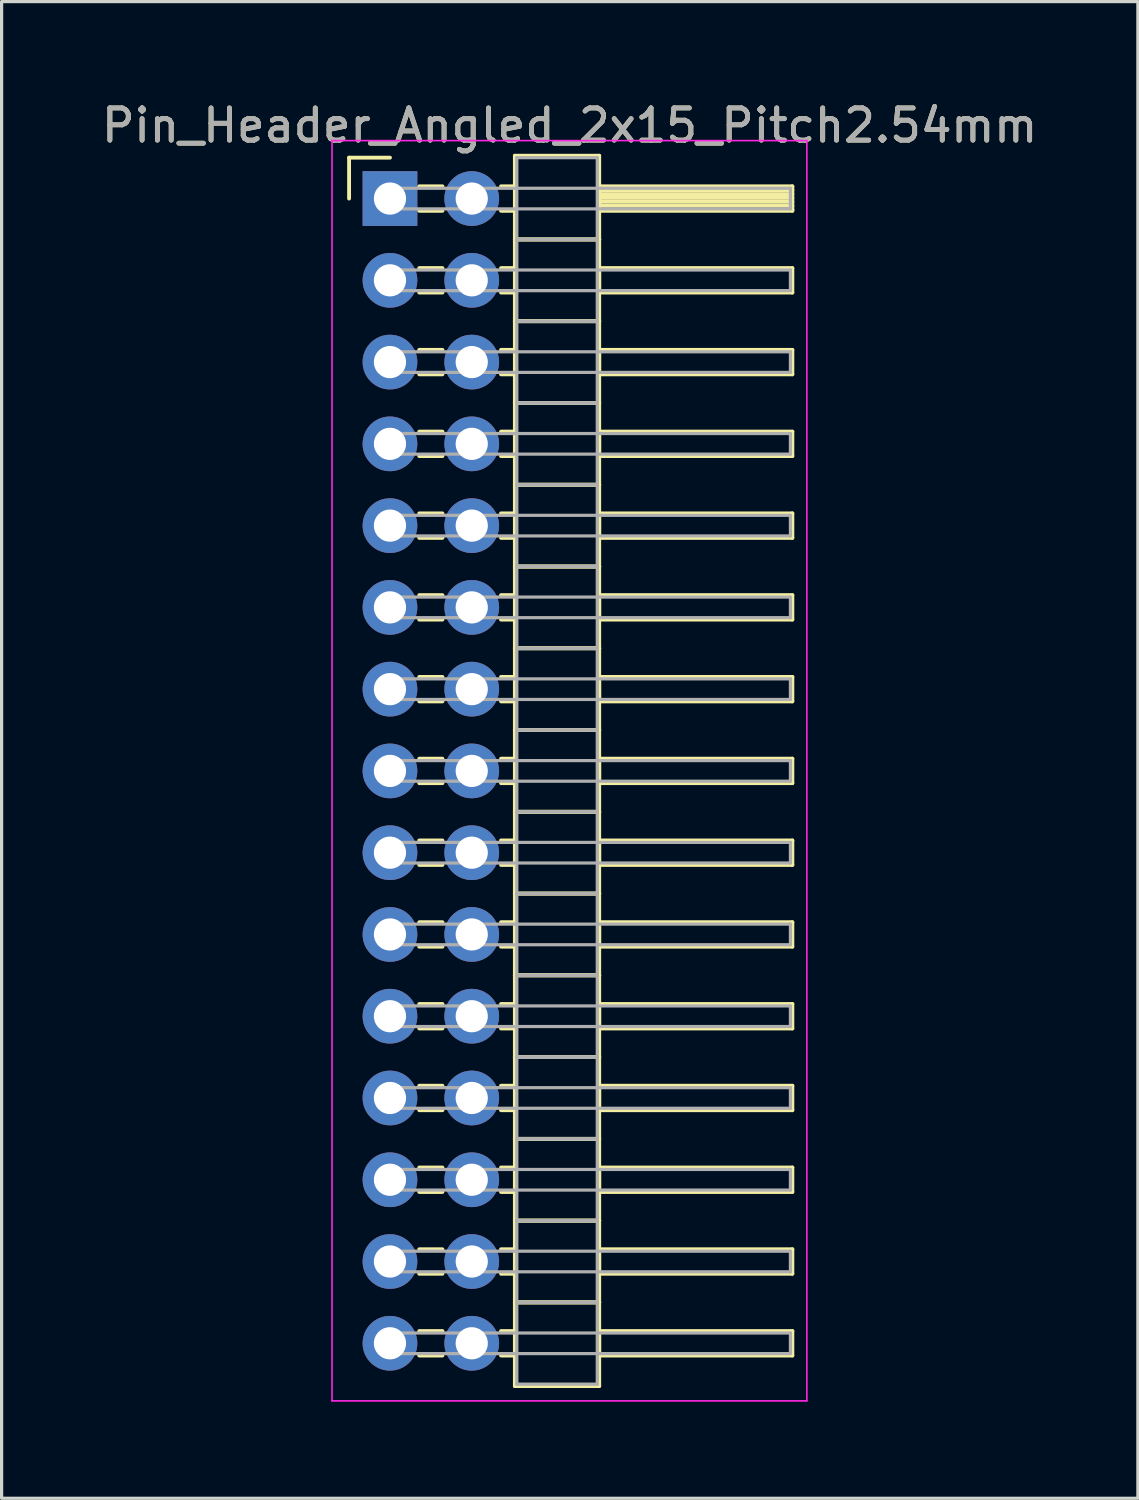
<source format=kicad_pcb>
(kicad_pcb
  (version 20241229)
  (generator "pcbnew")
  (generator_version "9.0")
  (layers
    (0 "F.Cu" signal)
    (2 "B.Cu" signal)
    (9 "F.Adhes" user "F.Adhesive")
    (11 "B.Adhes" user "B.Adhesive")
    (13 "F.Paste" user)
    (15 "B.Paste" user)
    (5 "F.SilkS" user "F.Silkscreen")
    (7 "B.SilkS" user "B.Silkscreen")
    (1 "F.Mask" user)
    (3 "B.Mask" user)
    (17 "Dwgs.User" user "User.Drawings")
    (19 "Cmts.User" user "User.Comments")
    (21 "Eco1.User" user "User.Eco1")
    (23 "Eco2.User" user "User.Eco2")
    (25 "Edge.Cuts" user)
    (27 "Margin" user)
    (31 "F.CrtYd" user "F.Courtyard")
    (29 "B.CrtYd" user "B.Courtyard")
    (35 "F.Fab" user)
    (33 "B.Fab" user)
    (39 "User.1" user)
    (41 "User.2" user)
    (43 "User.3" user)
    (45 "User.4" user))
  (footprint "Pin_Header_Angled_2x15_Pitch2.54mm"
    (layer "F.Cu")
    (at 9.064 3.118)
    (property "Reference" "Pin_Header_Angled_2x15_Pitch2.54mm" (at 5.585 -2.27 0) (layer "F.SilkS") (effects (font (size 1 1) (thickness 0.15))))
    (attr through_hole)
    (fp_line (start -1.27 -1.27) (end 0 -1.27) (stroke (width 0.12) (type solid)) (layer "F.SilkS"))
    (fp_line (start -1.27 0) (end -1.27 -1.27) (stroke (width 0.12) (type solid)) (layer "F.SilkS"))
    (fp_line (start 0.91 -0.38) (end 1.63 -0.38) (stroke (width 0.12) (type solid)) (layer "F.SilkS"))
    (fp_line (start 0.91 0.38) (end 1.63 0.38) (stroke (width 0.12) (type solid)) (layer "F.SilkS"))
    (fp_line (start 0.91 2.16) (end 1.63 2.16) (stroke (width 0.12) (type solid)) (layer "F.SilkS"))
    (fp_line (start 0.91 2.92) (end 1.63 2.92) (stroke (width 0.12) (type solid)) (layer "F.SilkS"))
    (fp_line (start 0.91 4.7) (end 1.63 4.7) (stroke (width 0.12) (type solid)) (layer "F.SilkS"))
    (fp_line (start 0.91 5.46) (end 1.63 5.46) (stroke (width 0.12) (type solid)) (layer "F.SilkS"))
    (fp_line (start 0.91 7.24) (end 1.63 7.24) (stroke (width 0.12) (type solid)) (layer "F.SilkS"))
    (fp_line (start 0.91 8) (end 1.63 8) (stroke (width 0.12) (type solid)) (layer "F.SilkS"))
    (fp_line (start 0.91 9.78) (end 1.63 9.78) (stroke (width 0.12) (type solid)) (layer "F.SilkS"))
    (fp_line (start 0.91 10.54) (end 1.63 10.54) (stroke (width 0.12) (type solid)) (layer "F.SilkS"))
    (fp_line (start 0.91 12.32) (end 1.63 12.32) (stroke (width 0.12) (type solid)) (layer "F.SilkS"))
    (fp_line (start 0.91 13.08) (end 1.63 13.08) (stroke (width 0.12) (type solid)) (layer "F.SilkS"))
    (fp_line (start 0.91 14.86) (end 1.63 14.86) (stroke (width 0.12) (type solid)) (layer "F.SilkS"))
    (fp_line (start 0.91 15.62) (end 1.63 15.62) (stroke (width 0.12) (type solid)) (layer "F.SilkS"))
    (fp_line (start 0.91 17.4) (end 1.63 17.4) (stroke (width 0.12) (type solid)) (layer "F.SilkS"))
    (fp_line (start 0.91 18.16) (end 1.63 18.16) (stroke (width 0.12) (type solid)) (layer "F.SilkS"))
    (fp_line (start 0.91 19.94) (end 1.63 19.94) (stroke (width 0.12) (type solid)) (layer "F.SilkS"))
    (fp_line (start 0.91 20.7) (end 1.63 20.7) (stroke (width 0.12) (type solid)) (layer "F.SilkS"))
    (fp_line (start 0.91 22.48) (end 1.63 22.48) (stroke (width 0.12) (type solid)) (layer "F.SilkS"))
    (fp_line (start 0.91 23.24) (end 1.63 23.24) (stroke (width 0.12) (type solid)) (layer "F.SilkS"))
    (fp_line (start 0.91 25.02) (end 1.63 25.02) (stroke (width 0.12) (type solid)) (layer "F.SilkS"))
    (fp_line (start 0.91 25.78) (end 1.63 25.78) (stroke (width 0.12) (type solid)) (layer "F.SilkS"))
    (fp_line (start 0.91 27.56) (end 1.63 27.56) (stroke (width 0.12) (type solid)) (layer "F.SilkS"))
    (fp_line (start 0.91 28.32) (end 1.63 28.32) (stroke (width 0.12) (type solid)) (layer "F.SilkS"))
    (fp_line (start 0.91 30.1) (end 1.63 30.1) (stroke (width 0.12) (type solid)) (layer "F.SilkS"))
    (fp_line (start 0.91 30.86) (end 1.63 30.86) (stroke (width 0.12) (type solid)) (layer "F.SilkS"))
    (fp_line (start 0.91 32.64) (end 1.63 32.64) (stroke (width 0.12) (type solid)) (layer "F.SilkS"))
    (fp_line (start 0.91 33.4) (end 1.63 33.4) (stroke (width 0.12) (type solid)) (layer "F.SilkS"))
    (fp_line (start 0.91 35.18) (end 1.63 35.18) (stroke (width 0.12) (type solid)) (layer "F.SilkS"))
    (fp_line (start 0.91 35.94) (end 1.63 35.94) (stroke (width 0.12) (type solid)) (layer "F.SilkS"))
    (fp_line (start 3.45 -0.38) (end 3.88 -0.38) (stroke (width 0.12) (type solid)) (layer "F.SilkS"))
    (fp_line (start 3.45 0.38) (end 3.88 0.38) (stroke (width 0.12) (type solid)) (layer "F.SilkS"))
    (fp_line (start 3.45 2.16) (end 3.88 2.16) (stroke (width 0.12) (type solid)) (layer "F.SilkS"))
    (fp_line (start 3.45 2.92) (end 3.88 2.92) (stroke (width 0.12) (type solid)) (layer "F.SilkS"))
    (fp_line (start 3.45 4.7) (end 3.88 4.7) (stroke (width 0.12) (type solid)) (layer "F.SilkS"))
    (fp_line (start 3.45 5.46) (end 3.88 5.46) (stroke (width 0.12) (type solid)) (layer "F.SilkS"))
    (fp_line (start 3.45 7.24) (end 3.88 7.24) (stroke (width 0.12) (type solid)) (layer "F.SilkS"))
    (fp_line (start 3.45 8) (end 3.88 8) (stroke (width 0.12) (type solid)) (layer "F.SilkS"))
    (fp_line (start 3.45 9.78) (end 3.88 9.78) (stroke (width 0.12) (type solid)) (layer "F.SilkS"))
    (fp_line (start 3.45 10.54) (end 3.88 10.54) (stroke (width 0.12) (type solid)) (layer "F.SilkS"))
    (fp_line (start 3.45 12.32) (end 3.88 12.32) (stroke (width 0.12) (type solid)) (layer "F.SilkS"))
    (fp_line (start 3.45 13.08) (end 3.88 13.08) (stroke (width 0.12) (type solid)) (layer "F.SilkS"))
    (fp_line (start 3.45 14.86) (end 3.88 14.86) (stroke (width 0.12) (type solid)) (layer "F.SilkS"))
    (fp_line (start 3.45 15.62) (end 3.88 15.62) (stroke (width 0.12) (type solid)) (layer "F.SilkS"))
    (fp_line (start 3.45 17.4) (end 3.88 17.4) (stroke (width 0.12) (type solid)) (layer "F.SilkS"))
    (fp_line (start 3.45 18.16) (end 3.88 18.16) (stroke (width 0.12) (type solid)) (layer "F.SilkS"))
    (fp_line (start 3.45 19.94) (end 3.88 19.94) (stroke (width 0.12) (type solid)) (layer "F.SilkS"))
    (fp_line (start 3.45 20.7) (end 3.88 20.7) (stroke (width 0.12) (type solid)) (layer "F.SilkS"))
    (fp_line (start 3.45 22.48) (end 3.88 22.48) (stroke (width 0.12) (type solid)) (layer "F.SilkS"))
    (fp_line (start 3.45 23.24) (end 3.88 23.24) (stroke (width 0.12) (type solid)) (layer "F.SilkS"))
    (fp_line (start 3.45 25.02) (end 3.88 25.02) (stroke (width 0.12) (type solid)) (layer "F.SilkS"))
    (fp_line (start 3.45 25.78) (end 3.88 25.78) (stroke (width 0.12) (type solid)) (layer "F.SilkS"))
    (fp_line (start 3.45 27.56) (end 3.88 27.56) (stroke (width 0.12) (type solid)) (layer "F.SilkS"))
    (fp_line (start 3.45 28.32) (end 3.88 28.32) (stroke (width 0.12) (type solid)) (layer "F.SilkS"))
    (fp_line (start 3.45 30.1) (end 3.88 30.1) (stroke (width 0.12) (type solid)) (layer "F.SilkS"))
    (fp_line (start 3.45 30.86) (end 3.88 30.86) (stroke (width 0.12) (type solid)) (layer "F.SilkS"))
    (fp_line (start 3.45 32.64) (end 3.88 32.64) (stroke (width 0.12) (type solid)) (layer "F.SilkS"))
    (fp_line (start 3.45 33.4) (end 3.88 33.4) (stroke (width 0.12) (type solid)) (layer "F.SilkS"))
    (fp_line (start 3.45 35.18) (end 3.88 35.18) (stroke (width 0.12) (type solid)) (layer "F.SilkS"))
    (fp_line (start 3.45 35.94) (end 3.88 35.94) (stroke (width 0.12) (type solid)) (layer "F.SilkS"))
    (fp_line (start 3.88 -1.33) (end 3.88 1.27) (stroke (width 0.12) (type solid)) (layer "F.SilkS"))
    (fp_line (start 3.88 1.27) (end 3.88 3.81) (stroke (width 0.12) (type solid)) (layer "F.SilkS"))
    (fp_line (start 3.88 1.27) (end 6.5 1.27) (stroke (width 0.12) (type solid)) (layer "F.SilkS"))
    (fp_line (start 3.88 3.81) (end 3.88 6.35) (stroke (width 0.12) (type solid)) (layer "F.SilkS"))
    (fp_line (start 3.88 3.81) (end 6.5 3.81) (stroke (width 0.12) (type solid)) (layer "F.SilkS"))
    (fp_line (start 3.88 6.35) (end 3.88 8.89) (stroke (width 0.12) (type solid)) (layer "F.SilkS"))
    (fp_line (start 3.88 6.35) (end 6.5 6.35) (stroke (width 0.12) (type solid)) (layer "F.SilkS"))
    (fp_line (start 3.88 8.89) (end 3.88 11.43) (stroke (width 0.12) (type solid)) (layer "F.SilkS"))
    (fp_line (start 3.88 8.89) (end 6.5 8.89) (stroke (width 0.12) (type solid)) (layer "F.SilkS"))
    (fp_line (start 3.88 11.43) (end 3.88 13.97) (stroke (width 0.12) (type solid)) (layer "F.SilkS"))
    (fp_line (start 3.88 11.43) (end 6.5 11.43) (stroke (width 0.12) (type solid)) (layer "F.SilkS"))
    (fp_line (start 3.88 13.97) (end 3.88 16.51) (stroke (width 0.12) (type solid)) (layer "F.SilkS"))
    (fp_line (start 3.88 13.97) (end 6.5 13.97) (stroke (width 0.12) (type solid)) (layer "F.SilkS"))
    (fp_line (start 3.88 16.51) (end 3.88 19.05) (stroke (width 0.12) (type solid)) (layer "F.SilkS"))
    (fp_line (start 3.88 16.51) (end 6.5 16.51) (stroke (width 0.12) (type solid)) (layer "F.SilkS"))
    (fp_line (start 3.88 19.05) (end 3.88 21.59) (stroke (width 0.12) (type solid)) (layer "F.SilkS"))
    (fp_line (start 3.88 19.05) (end 6.5 19.05) (stroke (width 0.12) (type solid)) (layer "F.SilkS"))
    (fp_line (start 3.88 21.59) (end 3.88 24.13) (stroke (width 0.12) (type solid)) (layer "F.SilkS"))
    (fp_line (start 3.88 21.59) (end 6.5 21.59) (stroke (width 0.12) (type solid)) (layer "F.SilkS"))
    (fp_line (start 3.88 24.13) (end 3.88 26.67) (stroke (width 0.12) (type solid)) (layer "F.SilkS"))
    (fp_line (start 3.88 24.13) (end 6.5 24.13) (stroke (width 0.12) (type solid)) (layer "F.SilkS"))
    (fp_line (start 3.88 26.67) (end 3.88 29.21) (stroke (width 0.12) (type solid)) (layer "F.SilkS"))
    (fp_line (start 3.88 26.67) (end 6.5 26.67) (stroke (width 0.12) (type solid)) (layer "F.SilkS"))
    (fp_line (start 3.88 29.21) (end 3.88 31.75) (stroke (width 0.12) (type solid)) (layer "F.SilkS"))
    (fp_line (start 3.88 29.21) (end 6.5 29.21) (stroke (width 0.12) (type solid)) (layer "F.SilkS"))
    (fp_line (start 3.88 31.75) (end 3.88 34.29) (stroke (width 0.12) (type solid)) (layer "F.SilkS"))
    (fp_line (start 3.88 31.75) (end 6.5 31.75) (stroke (width 0.12) (type solid)) (layer "F.SilkS"))
    (fp_line (start 3.88 34.29) (end 3.88 36.89) (stroke (width 0.12) (type solid)) (layer "F.SilkS"))
    (fp_line (start 3.88 34.29) (end 6.5 34.29) (stroke (width 0.12) (type solid)) (layer "F.SilkS"))
    (fp_line (start 3.88 36.89) (end 6.5 36.89) (stroke (width 0.12) (type solid)) (layer "F.SilkS"))
    (fp_line (start 6.5 -1.33) (end 3.88 -1.33) (stroke (width 0.12) (type solid)) (layer "F.SilkS"))
    (fp_line (start 6.5 -0.38) (end 6.5 0.38) (stroke (width 0.12) (type solid)) (layer "F.SilkS"))
    (fp_line (start 6.5 -0.26) (end 12.5 -0.26) (stroke (width 0.12) (type solid)) (layer "F.SilkS"))
    (fp_line (start 6.5 -0.14) (end 12.5 -0.14) (stroke (width 0.12) (type solid)) (layer "F.SilkS"))
    (fp_line (start 6.5 -0.02) (end 12.5 -0.02) (stroke (width 0.12) (type solid)) (layer "F.SilkS"))
    (fp_line (start 6.5 0.1) (end 12.5 0.1) (stroke (width 0.12) (type solid)) (layer "F.SilkS"))
    (fp_line (start 6.5 0.22) (end 12.5 0.22) (stroke (width 0.12) (type solid)) (layer "F.SilkS"))
    (fp_line (start 6.5 0.34) (end 12.5 0.34) (stroke (width 0.12) (type solid)) (layer "F.SilkS"))
    (fp_line (start 6.5 0.38) (end 12.5 0.38) (stroke (width 0.12) (type solid)) (layer "F.SilkS"))
    (fp_line (start 6.5 1.27) (end 3.88 1.27) (stroke (width 0.12) (type solid)) (layer "F.SilkS"))
    (fp_line (start 6.5 1.27) (end 6.5 -1.33) (stroke (width 0.12) (type solid)) (layer "F.SilkS"))
    (fp_line (start 6.5 2.16) (end 6.5 2.92) (stroke (width 0.12) (type solid)) (layer "F.SilkS"))
    (fp_line (start 6.5 2.92) (end 12.5 2.92) (stroke (width 0.12) (type solid)) (layer "F.SilkS"))
    (fp_line (start 6.5 3.81) (end 3.88 3.81) (stroke (width 0.12) (type solid)) (layer "F.SilkS"))
    (fp_line (start 6.5 3.81) (end 6.5 1.27) (stroke (width 0.12) (type solid)) (layer "F.SilkS"))
    (fp_line (start 6.5 4.7) (end 6.5 5.46) (stroke (width 0.12) (type solid)) (layer "F.SilkS"))
    (fp_line (start 6.5 5.46) (end 12.5 5.46) (stroke (width 0.12) (type solid)) (layer "F.SilkS"))
    (fp_line (start 6.5 6.35) (end 3.88 6.35) (stroke (width 0.12) (type solid)) (layer "F.SilkS"))
    (fp_line (start 6.5 6.35) (end 6.5 3.81) (stroke (width 0.12) (type solid)) (layer "F.SilkS"))
    (fp_line (start 6.5 7.24) (end 6.5 8) (stroke (width 0.12) (type solid)) (layer "F.SilkS"))
    (fp_line (start 6.5 8) (end 12.5 8) (stroke (width 0.12) (type solid)) (layer "F.SilkS"))
    (fp_line (start 6.5 8.89) (end 3.88 8.89) (stroke (width 0.12) (type solid)) (layer "F.SilkS"))
    (fp_line (start 6.5 8.89) (end 6.5 6.35) (stroke (width 0.12) (type solid)) (layer "F.SilkS"))
    (fp_line (start 6.5 9.78) (end 6.5 10.54) (stroke (width 0.12) (type solid)) (layer "F.SilkS"))
    (fp_line (start 6.5 10.54) (end 12.5 10.54) (stroke (width 0.12) (type solid)) (layer "F.SilkS"))
    (fp_line (start 6.5 11.43) (end 3.88 11.43) (stroke (width 0.12) (type solid)) (layer "F.SilkS"))
    (fp_line (start 6.5 11.43) (end 6.5 8.89) (stroke (width 0.12) (type solid)) (layer "F.SilkS"))
    (fp_line (start 6.5 12.32) (end 6.5 13.08) (stroke (width 0.12) (type solid)) (layer "F.SilkS"))
    (fp_line (start 6.5 13.08) (end 12.5 13.08) (stroke (width 0.12) (type solid)) (layer "F.SilkS"))
    (fp_line (start 6.5 13.97) (end 3.88 13.97) (stroke (width 0.12) (type solid)) (layer "F.SilkS"))
    (fp_line (start 6.5 13.97) (end 6.5 11.43) (stroke (width 0.12) (type solid)) (layer "F.SilkS"))
    (fp_line (start 6.5 14.86) (end 6.5 15.62) (stroke (width 0.12) (type solid)) (layer "F.SilkS"))
    (fp_line (start 6.5 15.62) (end 12.5 15.62) (stroke (width 0.12) (type solid)) (layer "F.SilkS"))
    (fp_line (start 6.5 16.51) (end 3.88 16.51) (stroke (width 0.12) (type solid)) (layer "F.SilkS"))
    (fp_line (start 6.5 16.51) (end 6.5 13.97) (stroke (width 0.12) (type solid)) (layer "F.SilkS"))
    (fp_line (start 6.5 17.4) (end 6.5 18.16) (stroke (width 0.12) (type solid)) (layer "F.SilkS"))
    (fp_line (start 6.5 18.16) (end 12.5 18.16) (stroke (width 0.12) (type solid)) (layer "F.SilkS"))
    (fp_line (start 6.5 19.05) (end 3.88 19.05) (stroke (width 0.12) (type solid)) (layer "F.SilkS"))
    (fp_line (start 6.5 19.05) (end 6.5 16.51) (stroke (width 0.12) (type solid)) (layer "F.SilkS"))
    (fp_line (start 6.5 19.94) (end 6.5 20.7) (stroke (width 0.12) (type solid)) (layer "F.SilkS"))
    (fp_line (start 6.5 20.7) (end 12.5 20.7) (stroke (width 0.12) (type solid)) (layer "F.SilkS"))
    (fp_line (start 6.5 21.59) (end 3.88 21.59) (stroke (width 0.12) (type solid)) (layer "F.SilkS"))
    (fp_line (start 6.5 21.59) (end 6.5 19.05) (stroke (width 0.12) (type solid)) (layer "F.SilkS"))
    (fp_line (start 6.5 22.48) (end 6.5 23.24) (stroke (width 0.12) (type solid)) (layer "F.SilkS"))
    (fp_line (start 6.5 23.24) (end 12.5 23.24) (stroke (width 0.12) (type solid)) (layer "F.SilkS"))
    (fp_line (start 6.5 24.13) (end 3.88 24.13) (stroke (width 0.12) (type solid)) (layer "F.SilkS"))
    (fp_line (start 6.5 24.13) (end 6.5 21.59) (stroke (width 0.12) (type solid)) (layer "F.SilkS"))
    (fp_line (start 6.5 25.02) (end 6.5 25.78) (stroke (width 0.12) (type solid)) (layer "F.SilkS"))
    (fp_line (start 6.5 25.78) (end 12.5 25.78) (stroke (width 0.12) (type solid)) (layer "F.SilkS"))
    (fp_line (start 6.5 26.67) (end 3.88 26.67) (stroke (width 0.12) (type solid)) (layer "F.SilkS"))
    (fp_line (start 6.5 26.67) (end 6.5 24.13) (stroke (width 0.12) (type solid)) (layer "F.SilkS"))
    (fp_line (start 6.5 27.56) (end 6.5 28.32) (stroke (width 0.12) (type solid)) (layer "F.SilkS"))
    (fp_line (start 6.5 28.32) (end 12.5 28.32) (stroke (width 0.12) (type solid)) (layer "F.SilkS"))
    (fp_line (start 6.5 29.21) (end 3.88 29.21) (stroke (width 0.12) (type solid)) (layer "F.SilkS"))
    (fp_line (start 6.5 29.21) (end 6.5 26.67) (stroke (width 0.12) (type solid)) (layer "F.SilkS"))
    (fp_line (start 6.5 30.1) (end 6.5 30.86) (stroke (width 0.12) (type solid)) (layer "F.SilkS"))
    (fp_line (start 6.5 30.86) (end 12.5 30.86) (stroke (width 0.12) (type solid)) (layer "F.SilkS"))
    (fp_line (start 6.5 31.75) (end 3.88 31.75) (stroke (width 0.12) (type solid)) (layer "F.SilkS"))
    (fp_line (start 6.5 31.75) (end 6.5 29.21) (stroke (width 0.12) (type solid)) (layer "F.SilkS"))
    (fp_line (start 6.5 32.64) (end 6.5 33.4) (stroke (width 0.12) (type solid)) (layer "F.SilkS"))
    (fp_line (start 6.5 33.4) (end 12.5 33.4) (stroke (width 0.12) (type solid)) (layer "F.SilkS"))
    (fp_line (start 6.5 34.29) (end 3.88 34.29) (stroke (width 0.12) (type solid)) (layer "F.SilkS"))
    (fp_line (start 6.5 34.29) (end 6.5 31.75) (stroke (width 0.12) (type solid)) (layer "F.SilkS"))
    (fp_line (start 6.5 35.18) (end 6.5 35.94) (stroke (width 0.12) (type solid)) (layer "F.SilkS"))
    (fp_line (start 6.5 35.94) (end 12.5 35.94) (stroke (width 0.12) (type solid)) (layer "F.SilkS"))
    (fp_line (start 6.5 36.89) (end 6.5 34.29) (stroke (width 0.12) (type solid)) (layer "F.SilkS"))
    (fp_line (start 12.5 -0.38) (end 6.5 -0.38) (stroke (width 0.12) (type solid)) (layer "F.SilkS"))
    (fp_line (start 12.5 0.38) (end 12.5 -0.38) (stroke (width 0.12) (type solid)) (layer "F.SilkS"))
    (fp_line (start 12.5 2.16) (end 6.5 2.16) (stroke (width 0.12) (type solid)) (layer "F.SilkS"))
    (fp_line (start 12.5 2.92) (end 12.5 2.16) (stroke (width 0.12) (type solid)) (layer "F.SilkS"))
    (fp_line (start 12.5 4.7) (end 6.5 4.7) (stroke (width 0.12) (type solid)) (layer "F.SilkS"))
    (fp_line (start 12.5 5.46) (end 12.5 4.7) (stroke (width 0.12) (type solid)) (layer "F.SilkS"))
    (fp_line (start 12.5 7.24) (end 6.5 7.24) (stroke (width 0.12) (type solid)) (layer "F.SilkS"))
    (fp_line (start 12.5 8) (end 12.5 7.24) (stroke (width 0.12) (type solid)) (layer "F.SilkS"))
    (fp_line (start 12.5 9.78) (end 6.5 9.78) (stroke (width 0.12) (type solid)) (layer "F.SilkS"))
    (fp_line (start 12.5 10.54) (end 12.5 9.78) (stroke (width 0.12) (type solid)) (layer "F.SilkS"))
    (fp_line (start 12.5 12.32) (end 6.5 12.32) (stroke (width 0.12) (type solid)) (layer "F.SilkS"))
    (fp_line (start 12.5 13.08) (end 12.5 12.32) (stroke (width 0.12) (type solid)) (layer "F.SilkS"))
    (fp_line (start 12.5 14.86) (end 6.5 14.86) (stroke (width 0.12) (type solid)) (layer "F.SilkS"))
    (fp_line (start 12.5 15.62) (end 12.5 14.86) (stroke (width 0.12) (type solid)) (layer "F.SilkS"))
    (fp_line (start 12.5 17.4) (end 6.5 17.4) (stroke (width 0.12) (type solid)) (layer "F.SilkS"))
    (fp_line (start 12.5 18.16) (end 12.5 17.4) (stroke (width 0.12) (type solid)) (layer "F.SilkS"))
    (fp_line (start 12.5 19.94) (end 6.5 19.94) (stroke (width 0.12) (type solid)) (layer "F.SilkS"))
    (fp_line (start 12.5 20.7) (end 12.5 19.94) (stroke (width 0.12) (type solid)) (layer "F.SilkS"))
    (fp_line (start 12.5 22.48) (end 6.5 22.48) (stroke (width 0.12) (type solid)) (layer "F.SilkS"))
    (fp_line (start 12.5 23.24) (end 12.5 22.48) (stroke (width 0.12) (type solid)) (layer "F.SilkS"))
    (fp_line (start 12.5 25.02) (end 6.5 25.02) (stroke (width 0.12) (type solid)) (layer "F.SilkS"))
    (fp_line (start 12.5 25.78) (end 12.5 25.02) (stroke (width 0.12) (type solid)) (layer "F.SilkS"))
    (fp_line (start 12.5 27.56) (end 6.5 27.56) (stroke (width 0.12) (type solid)) (layer "F.SilkS"))
    (fp_line (start 12.5 28.32) (end 12.5 27.56) (stroke (width 0.12) (type solid)) (layer "F.SilkS"))
    (fp_line (start 12.5 30.1) (end 6.5 30.1) (stroke (width 0.12) (type solid)) (layer "F.SilkS"))
    (fp_line (start 12.5 30.86) (end 12.5 30.1) (stroke (width 0.12) (type solid)) (layer "F.SilkS"))
    (fp_line (start 12.5 32.64) (end 6.5 32.64) (stroke (width 0.12) (type solid)) (layer "F.SilkS"))
    (fp_line (start 12.5 33.4) (end 12.5 32.64) (stroke (width 0.12) (type solid)) (layer "F.SilkS"))
    (fp_line (start 12.5 35.18) (end 6.5 35.18) (stroke (width 0.12) (type solid)) (layer "F.SilkS"))
    (fp_line (start 12.5 35.94) (end 12.5 35.18) (stroke (width 0.12) (type solid)) (layer "F.SilkS"))
    (fp_line (start -1.8 -1.8) (end -1.8 37.35) (stroke (width 0.05) (type solid)) (layer "F.CrtYd"))
    (fp_line (start -1.8 37.35) (end 12.95 37.35) (stroke (width 0.05) (type solid)) (layer "F.CrtYd"))
    (fp_line (start 12.95 -1.8) (end -1.8 -1.8) (stroke (width 0.05) (type solid)) (layer "F.CrtYd"))
    (fp_line (start 12.95 37.35) (end 12.95 -1.8) (stroke (width 0.05) (type solid)) (layer "F.CrtYd"))
    (fp_line (start 0 -0.32) (end 0 0.32) (stroke (width 0.1) (type solid)) (layer "F.Fab"))
    (fp_line (start 0 0.32) (end 12.44 0.32) (stroke (width 0.1) (type solid)) (layer "F.Fab"))
    (fp_line (start 0 2.22) (end 0 2.86) (stroke (width 0.1) (type solid)) (layer "F.Fab"))
    (fp_line (start 0 2.86) (end 12.44 2.86) (stroke (width 0.1) (type solid)) (layer "F.Fab"))
    (fp_line (start 0 4.76) (end 0 5.4) (stroke (width 0.1) (type solid)) (layer "F.Fab"))
    (fp_line (start 0 5.4) (end 12.44 5.4) (stroke (width 0.1) (type solid)) (layer "F.Fab"))
    (fp_line (start 0 7.3) (end 0 7.94) (stroke (width 0.1) (type solid)) (layer "F.Fab"))
    (fp_line (start 0 7.94) (end 12.44 7.94) (stroke (width 0.1) (type solid)) (layer "F.Fab"))
    (fp_line (start 0 9.84) (end 0 10.48) (stroke (width 0.1) (type solid)) (layer "F.Fab"))
    (fp_line (start 0 10.48) (end 12.44 10.48) (stroke (width 0.1) (type solid)) (layer "F.Fab"))
    (fp_line (start 0 12.38) (end 0 13.02) (stroke (width 0.1) (type solid)) (layer "F.Fab"))
    (fp_line (start 0 13.02) (end 12.44 13.02) (stroke (width 0.1) (type solid)) (layer "F.Fab"))
    (fp_line (start 0 14.92) (end 0 15.56) (stroke (width 0.1) (type solid)) (layer "F.Fab"))
    (fp_line (start 0 15.56) (end 12.44 15.56) (stroke (width 0.1) (type solid)) (layer "F.Fab"))
    (fp_line (start 0 17.46) (end 0 18.1) (stroke (width 0.1) (type solid)) (layer "F.Fab"))
    (fp_line (start 0 18.1) (end 12.44 18.1) (stroke (width 0.1) (type solid)) (layer "F.Fab"))
    (fp_line (start 0 20) (end 0 20.64) (stroke (width 0.1) (type solid)) (layer "F.Fab"))
    (fp_line (start 0 20.64) (end 12.44 20.64) (stroke (width 0.1) (type solid)) (layer "F.Fab"))
    (fp_line (start 0 22.54) (end 0 23.18) (stroke (width 0.1) (type solid)) (layer "F.Fab"))
    (fp_line (start 0 23.18) (end 12.44 23.18) (stroke (width 0.1) (type solid)) (layer "F.Fab"))
    (fp_line (start 0 25.08) (end 0 25.72) (stroke (width 0.1) (type solid)) (layer "F.Fab"))
    (fp_line (start 0 25.72) (end 12.44 25.72) (stroke (width 0.1) (type solid)) (layer "F.Fab"))
    (fp_line (start 0 27.62) (end 0 28.26) (stroke (width 0.1) (type solid)) (layer "F.Fab"))
    (fp_line (start 0 28.26) (end 12.44 28.26) (stroke (width 0.1) (type solid)) (layer "F.Fab"))
    (fp_line (start 0 30.16) (end 0 30.8) (stroke (width 0.1) (type solid)) (layer "F.Fab"))
    (fp_line (start 0 30.8) (end 12.44 30.8) (stroke (width 0.1) (type solid)) (layer "F.Fab"))
    (fp_line (start 0 32.7) (end 0 33.34) (stroke (width 0.1) (type solid)) (layer "F.Fab"))
    (fp_line (start 0 33.34) (end 12.44 33.34) (stroke (width 0.1) (type solid)) (layer "F.Fab"))
    (fp_line (start 0 35.24) (end 0 35.88) (stroke (width 0.1) (type solid)) (layer "F.Fab"))
    (fp_line (start 0 35.88) (end 12.44 35.88) (stroke (width 0.1) (type solid)) (layer "F.Fab"))
    (fp_line (start 3.94 -1.27) (end 3.94 1.27) (stroke (width 0.1) (type solid)) (layer "F.Fab"))
    (fp_line (start 3.94 1.27) (end 3.94 3.81) (stroke (width 0.1) (type solid)) (layer "F.Fab"))
    (fp_line (start 3.94 1.27) (end 6.44 1.27) (stroke (width 0.1) (type solid)) (layer "F.Fab"))
    (fp_line (start 3.94 3.81) (end 3.94 6.35) (stroke (width 0.1) (type solid)) (layer "F.Fab"))
    (fp_line (start 3.94 3.81) (end 6.44 3.81) (stroke (width 0.1) (type solid)) (layer "F.Fab"))
    (fp_line (start 3.94 6.35) (end 3.94 8.89) (stroke (width 0.1) (type solid)) (layer "F.Fab"))
    (fp_line (start 3.94 6.35) (end 6.44 6.35) (stroke (width 0.1) (type solid)) (layer "F.Fab"))
    (fp_line (start 3.94 8.89) (end 3.94 11.43) (stroke (width 0.1) (type solid)) (layer "F.Fab"))
    (fp_line (start 3.94 8.89) (end 6.44 8.89) (stroke (width 0.1) (type solid)) (layer "F.Fab"))
    (fp_line (start 3.94 11.43) (end 3.94 13.97) (stroke (width 0.1) (type solid)) (layer "F.Fab"))
    (fp_line (start 3.94 11.43) (end 6.44 11.43) (stroke (width 0.1) (type solid)) (layer "F.Fab"))
    (fp_line (start 3.94 13.97) (end 3.94 16.51) (stroke (width 0.1) (type solid)) (layer "F.Fab"))
    (fp_line (start 3.94 13.97) (end 6.44 13.97) (stroke (width 0.1) (type solid)) (layer "F.Fab"))
    (fp_line (start 3.94 16.51) (end 3.94 19.05) (stroke (width 0.1) (type solid)) (layer "F.Fab"))
    (fp_line (start 3.94 16.51) (end 6.44 16.51) (stroke (width 0.1) (type solid)) (layer "F.Fab"))
    (fp_line (start 3.94 19.05) (end 3.94 21.59) (stroke (width 0.1) (type solid)) (layer "F.Fab"))
    (fp_line (start 3.94 19.05) (end 6.44 19.05) (stroke (width 0.1) (type solid)) (layer "F.Fab"))
    (fp_line (start 3.94 21.59) (end 3.94 24.13) (stroke (width 0.1) (type solid)) (layer "F.Fab"))
    (fp_line (start 3.94 21.59) (end 6.44 21.59) (stroke (width 0.1) (type solid)) (layer "F.Fab"))
    (fp_line (start 3.94 24.13) (end 3.94 26.67) (stroke (width 0.1) (type solid)) (layer "F.Fab"))
    (fp_line (start 3.94 24.13) (end 6.44 24.13) (stroke (width 0.1) (type solid)) (layer "F.Fab"))
    (fp_line (start 3.94 26.67) (end 3.94 29.21) (stroke (width 0.1) (type solid)) (layer "F.Fab"))
    (fp_line (start 3.94 26.67) (end 6.44 26.67) (stroke (width 0.1) (type solid)) (layer "F.Fab"))
    (fp_line (start 3.94 29.21) (end 3.94 31.75) (stroke (width 0.1) (type solid)) (layer "F.Fab"))
    (fp_line (start 3.94 29.21) (end 6.44 29.21) (stroke (width 0.1) (type solid)) (layer "F.Fab"))
    (fp_line (start 3.94 31.75) (end 3.94 34.29) (stroke (width 0.1) (type solid)) (layer "F.Fab"))
    (fp_line (start 3.94 31.75) (end 6.44 31.75) (stroke (width 0.1) (type solid)) (layer "F.Fab"))
    (fp_line (start 3.94 34.29) (end 3.94 36.83) (stroke (width 0.1) (type solid)) (layer "F.Fab"))
    (fp_line (start 3.94 34.29) (end 6.44 34.29) (stroke (width 0.1) (type solid)) (layer "F.Fab"))
    (fp_line (start 3.94 36.83) (end 6.44 36.83) (stroke (width 0.1) (type solid)) (layer "F.Fab"))
    (fp_line (start 6.44 -1.27) (end 3.94 -1.27) (stroke (width 0.1) (type solid)) (layer "F.Fab"))
    (fp_line (start 6.44 1.27) (end 3.94 1.27) (stroke (width 0.1) (type solid)) (layer "F.Fab"))
    (fp_line (start 6.44 1.27) (end 6.44 -1.27) (stroke (width 0.1) (type solid)) (layer "F.Fab"))
    (fp_line (start 6.44 3.81) (end 3.94 3.81) (stroke (width 0.1) (type solid)) (layer "F.Fab"))
    (fp_line (start 6.44 3.81) (end 6.44 1.27) (stroke (width 0.1) (type solid)) (layer "F.Fab"))
    (fp_line (start 6.44 6.35) (end 3.94 6.35) (stroke (width 0.1) (type solid)) (layer "F.Fab"))
    (fp_line (start 6.44 6.35) (end 6.44 3.81) (stroke (width 0.1) (type solid)) (layer "F.Fab"))
    (fp_line (start 6.44 8.89) (end 3.94 8.89) (stroke (width 0.1) (type solid)) (layer "F.Fab"))
    (fp_line (start 6.44 8.89) (end 6.44 6.35) (stroke (width 0.1) (type solid)) (layer "F.Fab"))
    (fp_line (start 6.44 11.43) (end 3.94 11.43) (stroke (width 0.1) (type solid)) (layer "F.Fab"))
    (fp_line (start 6.44 11.43) (end 6.44 8.89) (stroke (width 0.1) (type solid)) (layer "F.Fab"))
    (fp_line (start 6.44 13.97) (end 3.94 13.97) (stroke (width 0.1) (type solid)) (layer "F.Fab"))
    (fp_line (start 6.44 13.97) (end 6.44 11.43) (stroke (width 0.1) (type solid)) (layer "F.Fab"))
    (fp_line (start 6.44 16.51) (end 3.94 16.51) (stroke (width 0.1) (type solid)) (layer "F.Fab"))
    (fp_line (start 6.44 16.51) (end 6.44 13.97) (stroke (width 0.1) (type solid)) (layer "F.Fab"))
    (fp_line (start 6.44 19.05) (end 3.94 19.05) (stroke (width 0.1) (type solid)) (layer "F.Fab"))
    (fp_line (start 6.44 19.05) (end 6.44 16.51) (stroke (width 0.1) (type solid)) (layer "F.Fab"))
    (fp_line (start 6.44 21.59) (end 3.94 21.59) (stroke (width 0.1) (type solid)) (layer "F.Fab"))
    (fp_line (start 6.44 21.59) (end 6.44 19.05) (stroke (width 0.1) (type solid)) (layer "F.Fab"))
    (fp_line (start 6.44 24.13) (end 3.94 24.13) (stroke (width 0.1) (type solid)) (layer "F.Fab"))
    (fp_line (start 6.44 24.13) (end 6.44 21.59) (stroke (width 0.1) (type solid)) (layer "F.Fab"))
    (fp_line (start 6.44 26.67) (end 3.94 26.67) (stroke (width 0.1) (type solid)) (layer "F.Fab"))
    (fp_line (start 6.44 26.67) (end 6.44 24.13) (stroke (width 0.1) (type solid)) (layer "F.Fab"))
    (fp_line (start 6.44 29.21) (end 3.94 29.21) (stroke (width 0.1) (type solid)) (layer "F.Fab"))
    (fp_line (start 6.44 29.21) (end 6.44 26.67) (stroke (width 0.1) (type solid)) (layer "F.Fab"))
    (fp_line (start 6.44 31.75) (end 3.94 31.75) (stroke (width 0.1) (type solid)) (layer "F.Fab"))
    (fp_line (start 6.44 31.75) (end 6.44 29.21) (stroke (width 0.1) (type solid)) (layer "F.Fab"))
    (fp_line (start 6.44 34.29) (end 3.94 34.29) (stroke (width 0.1) (type solid)) (layer "F.Fab"))
    (fp_line (start 6.44 34.29) (end 6.44 31.75) (stroke (width 0.1) (type solid)) (layer "F.Fab"))
    (fp_line (start 6.44 36.83) (end 6.44 34.29) (stroke (width 0.1) (type solid)) (layer "F.Fab"))
    (fp_line (start 12.44 -0.32) (end 0 -0.32) (stroke (width 0.1) (type solid)) (layer "F.Fab"))
    (fp_line (start 12.44 0.32) (end 12.44 -0.32) (stroke (width 0.1) (type solid)) (layer "F.Fab"))
    (fp_line (start 12.44 2.22) (end 0 2.22) (stroke (width 0.1) (type solid)) (layer "F.Fab"))
    (fp_line (start 12.44 2.86) (end 12.44 2.22) (stroke (width 0.1) (type solid)) (layer "F.Fab"))
    (fp_line (start 12.44 4.76) (end 0 4.76) (stroke (width 0.1) (type solid)) (layer "F.Fab"))
    (fp_line (start 12.44 5.4) (end 12.44 4.76) (stroke (width 0.1) (type solid)) (layer "F.Fab"))
    (fp_line (start 12.44 7.3) (end 0 7.3) (stroke (width 0.1) (type solid)) (layer "F.Fab"))
    (fp_line (start 12.44 7.94) (end 12.44 7.3) (stroke (width 0.1) (type solid)) (layer "F.Fab"))
    (fp_line (start 12.44 9.84) (end 0 9.84) (stroke (width 0.1) (type solid)) (layer "F.Fab"))
    (fp_line (start 12.44 10.48) (end 12.44 9.84) (stroke (width 0.1) (type solid)) (layer "F.Fab"))
    (fp_line (start 12.44 12.38) (end 0 12.38) (stroke (width 0.1) (type solid)) (layer "F.Fab"))
    (fp_line (start 12.44 13.02) (end 12.44 12.38) (stroke (width 0.1) (type solid)) (layer "F.Fab"))
    (fp_line (start 12.44 14.92) (end 0 14.92) (stroke (width 0.1) (type solid)) (layer "F.Fab"))
    (fp_line (start 12.44 15.56) (end 12.44 14.92) (stroke (width 0.1) (type solid)) (layer "F.Fab"))
    (fp_line (start 12.44 17.46) (end 0 17.46) (stroke (width 0.1) (type solid)) (layer "F.Fab"))
    (fp_line (start 12.44 18.1) (end 12.44 17.46) (stroke (width 0.1) (type solid)) (layer "F.Fab"))
    (fp_line (start 12.44 20) (end 0 20) (stroke (width 0.1) (type solid)) (layer "F.Fab"))
    (fp_line (start 12.44 20.64) (end 12.44 20) (stroke (width 0.1) (type solid)) (layer "F.Fab"))
    (fp_line (start 12.44 22.54) (end 0 22.54) (stroke (width 0.1) (type solid)) (layer "F.Fab"))
    (fp_line (start 12.44 23.18) (end 12.44 22.54) (stroke (width 0.1) (type solid)) (layer "F.Fab"))
    (fp_line (start 12.44 25.08) (end 0 25.08) (stroke (width 0.1) (type solid)) (layer "F.Fab"))
    (fp_line (start 12.44 25.72) (end 12.44 25.08) (stroke (width 0.1) (type solid)) (layer "F.Fab"))
    (fp_line (start 12.44 27.62) (end 0 27.62) (stroke (width 0.1) (type solid)) (layer "F.Fab"))
    (fp_line (start 12.44 28.26) (end 12.44 27.62) (stroke (width 0.1) (type solid)) (layer "F.Fab"))
    (fp_line (start 12.44 30.16) (end 0 30.16) (stroke (width 0.1) (type solid)) (layer "F.Fab"))
    (fp_line (start 12.44 30.8) (end 12.44 30.16) (stroke (width 0.1) (type solid)) (layer "F.Fab"))
    (fp_line (start 12.44 32.7) (end 0 32.7) (stroke (width 0.1) (type solid)) (layer "F.Fab"))
    (fp_line (start 12.44 33.34) (end 12.44 32.7) (stroke (width 0.1) (type solid)) (layer "F.Fab"))
    (fp_line (start 12.44 35.24) (end 0 35.24) (stroke (width 0.1) (type solid)) (layer "F.Fab"))
    (fp_line (start 12.44 35.88) (end 12.44 35.24) (stroke (width 0.1) (type solid)) (layer "F.Fab"))
    (fp_text user "${REFERENCE}" (at 5.585 -2.27 0) (layer "F.Fab") (effects (font (size 1 1) (thickness 0.15))))
    (pad "1" thru_hole rect (at 0 0) (size 1.7 1.7) (drill 1) (layers "*.Cu" "*.Mask"))
    (pad "2" thru_hole oval (at 2.54 0) (size 1.7 1.7) (drill 1) (layers "*.Cu" "*.Mask"))
    (pad "3" thru_hole oval (at 0 2.54) (size 1.7 1.7) (drill 1) (layers "*.Cu" "*.Mask"))
    (pad "4" thru_hole oval (at 2.54 2.54) (size 1.7 1.7) (drill 1) (layers "*.Cu" "*.Mask"))
    (pad "5" thru_hole oval (at 0 5.08) (size 1.7 1.7) (drill 1) (layers "*.Cu" "*.Mask"))
    (pad "6" thru_hole oval (at 2.54 5.08) (size 1.7 1.7) (drill 1) (layers "*.Cu" "*.Mask"))
    (pad "7" thru_hole oval (at 0 7.62) (size 1.7 1.7) (drill 1) (layers "*.Cu" "*.Mask"))
    (pad "8" thru_hole oval (at 2.54 7.62) (size 1.7 1.7) (drill 1) (layers "*.Cu" "*.Mask"))
    (pad "9" thru_hole oval (at 0 10.16) (size 1.7 1.7) (drill 1) (layers "*.Cu" "*.Mask"))
    (pad "10" thru_hole oval (at 2.54 10.16) (size 1.7 1.7) (drill 1) (layers "*.Cu" "*.Mask"))
    (pad "11" thru_hole oval (at 0 12.7) (size 1.7 1.7) (drill 1) (layers "*.Cu" "*.Mask"))
    (pad "12" thru_hole oval (at 2.54 12.7) (size 1.7 1.7) (drill 1) (layers "*.Cu" "*.Mask"))
    (pad "13" thru_hole oval (at 0 15.24) (size 1.7 1.7) (drill 1) (layers "*.Cu" "*.Mask"))
    (pad "14" thru_hole oval (at 2.54 15.24) (size 1.7 1.7) (drill 1) (layers "*.Cu" "*.Mask"))
    (pad "15" thru_hole oval (at 0 17.78) (size 1.7 1.7) (drill 1) (layers "*.Cu" "*.Mask"))
    (pad "16" thru_hole oval (at 2.54 17.78) (size 1.7 1.7) (drill 1) (layers "*.Cu" "*.Mask"))
    (pad "17" thru_hole oval (at 0 20.32) (size 1.7 1.7) (drill 1) (layers "*.Cu" "*.Mask"))
    (pad "18" thru_hole oval (at 2.54 20.32) (size 1.7 1.7) (drill 1) (layers "*.Cu" "*.Mask"))
    (pad "19" thru_hole oval (at 0 22.86) (size 1.7 1.7) (drill 1) (layers "*.Cu" "*.Mask"))
    (pad "20" thru_hole oval (at 2.54 22.86) (size 1.7 1.7) (drill 1) (layers "*.Cu" "*.Mask"))
    (pad "21" thru_hole oval (at 0 25.4) (size 1.7 1.7) (drill 1) (layers "*.Cu" "*.Mask"))
    (pad "22" thru_hole oval (at 2.54 25.4) (size 1.7 1.7) (drill 1) (layers "*.Cu" "*.Mask"))
    (pad "23" thru_hole oval (at 0 27.94) (size 1.7 1.7) (drill 1) (layers "*.Cu" "*.Mask"))
    (pad "24" thru_hole oval (at 2.54 27.94) (size 1.7 1.7) (drill 1) (layers "*.Cu" "*.Mask"))
    (pad "25" thru_hole oval (at 0 30.48) (size 1.7 1.7) (drill 1) (layers "*.Cu" "*.Mask"))
    (pad "26" thru_hole oval (at 2.54 30.48) (size 1.7 1.7) (drill 1) (layers "*.Cu" "*.Mask"))
    (pad "27" thru_hole oval (at 0 33.02) (size 1.7 1.7) (drill 1) (layers "*.Cu" "*.Mask"))
    (pad "28" thru_hole oval (at 2.54 33.02) (size 1.7 1.7) (drill 1) (layers "*.Cu" "*.Mask"))
    (pad "29" thru_hole oval (at 0 35.56) (size 1.7 1.7) (drill 1) (layers "*.Cu" "*.Mask"))
    (pad "30" thru_hole oval (at 2.54 35.56) (size 1.7 1.7) (drill 1) (layers "*.Cu" "*.Mask")))
  (gr_rect
    (start -3 -3)
    (end 32.298 43.493)
    (stroke (width 0.1) (type default))
    (fill no)
    (layer "Edge.Cuts")))
</source>
